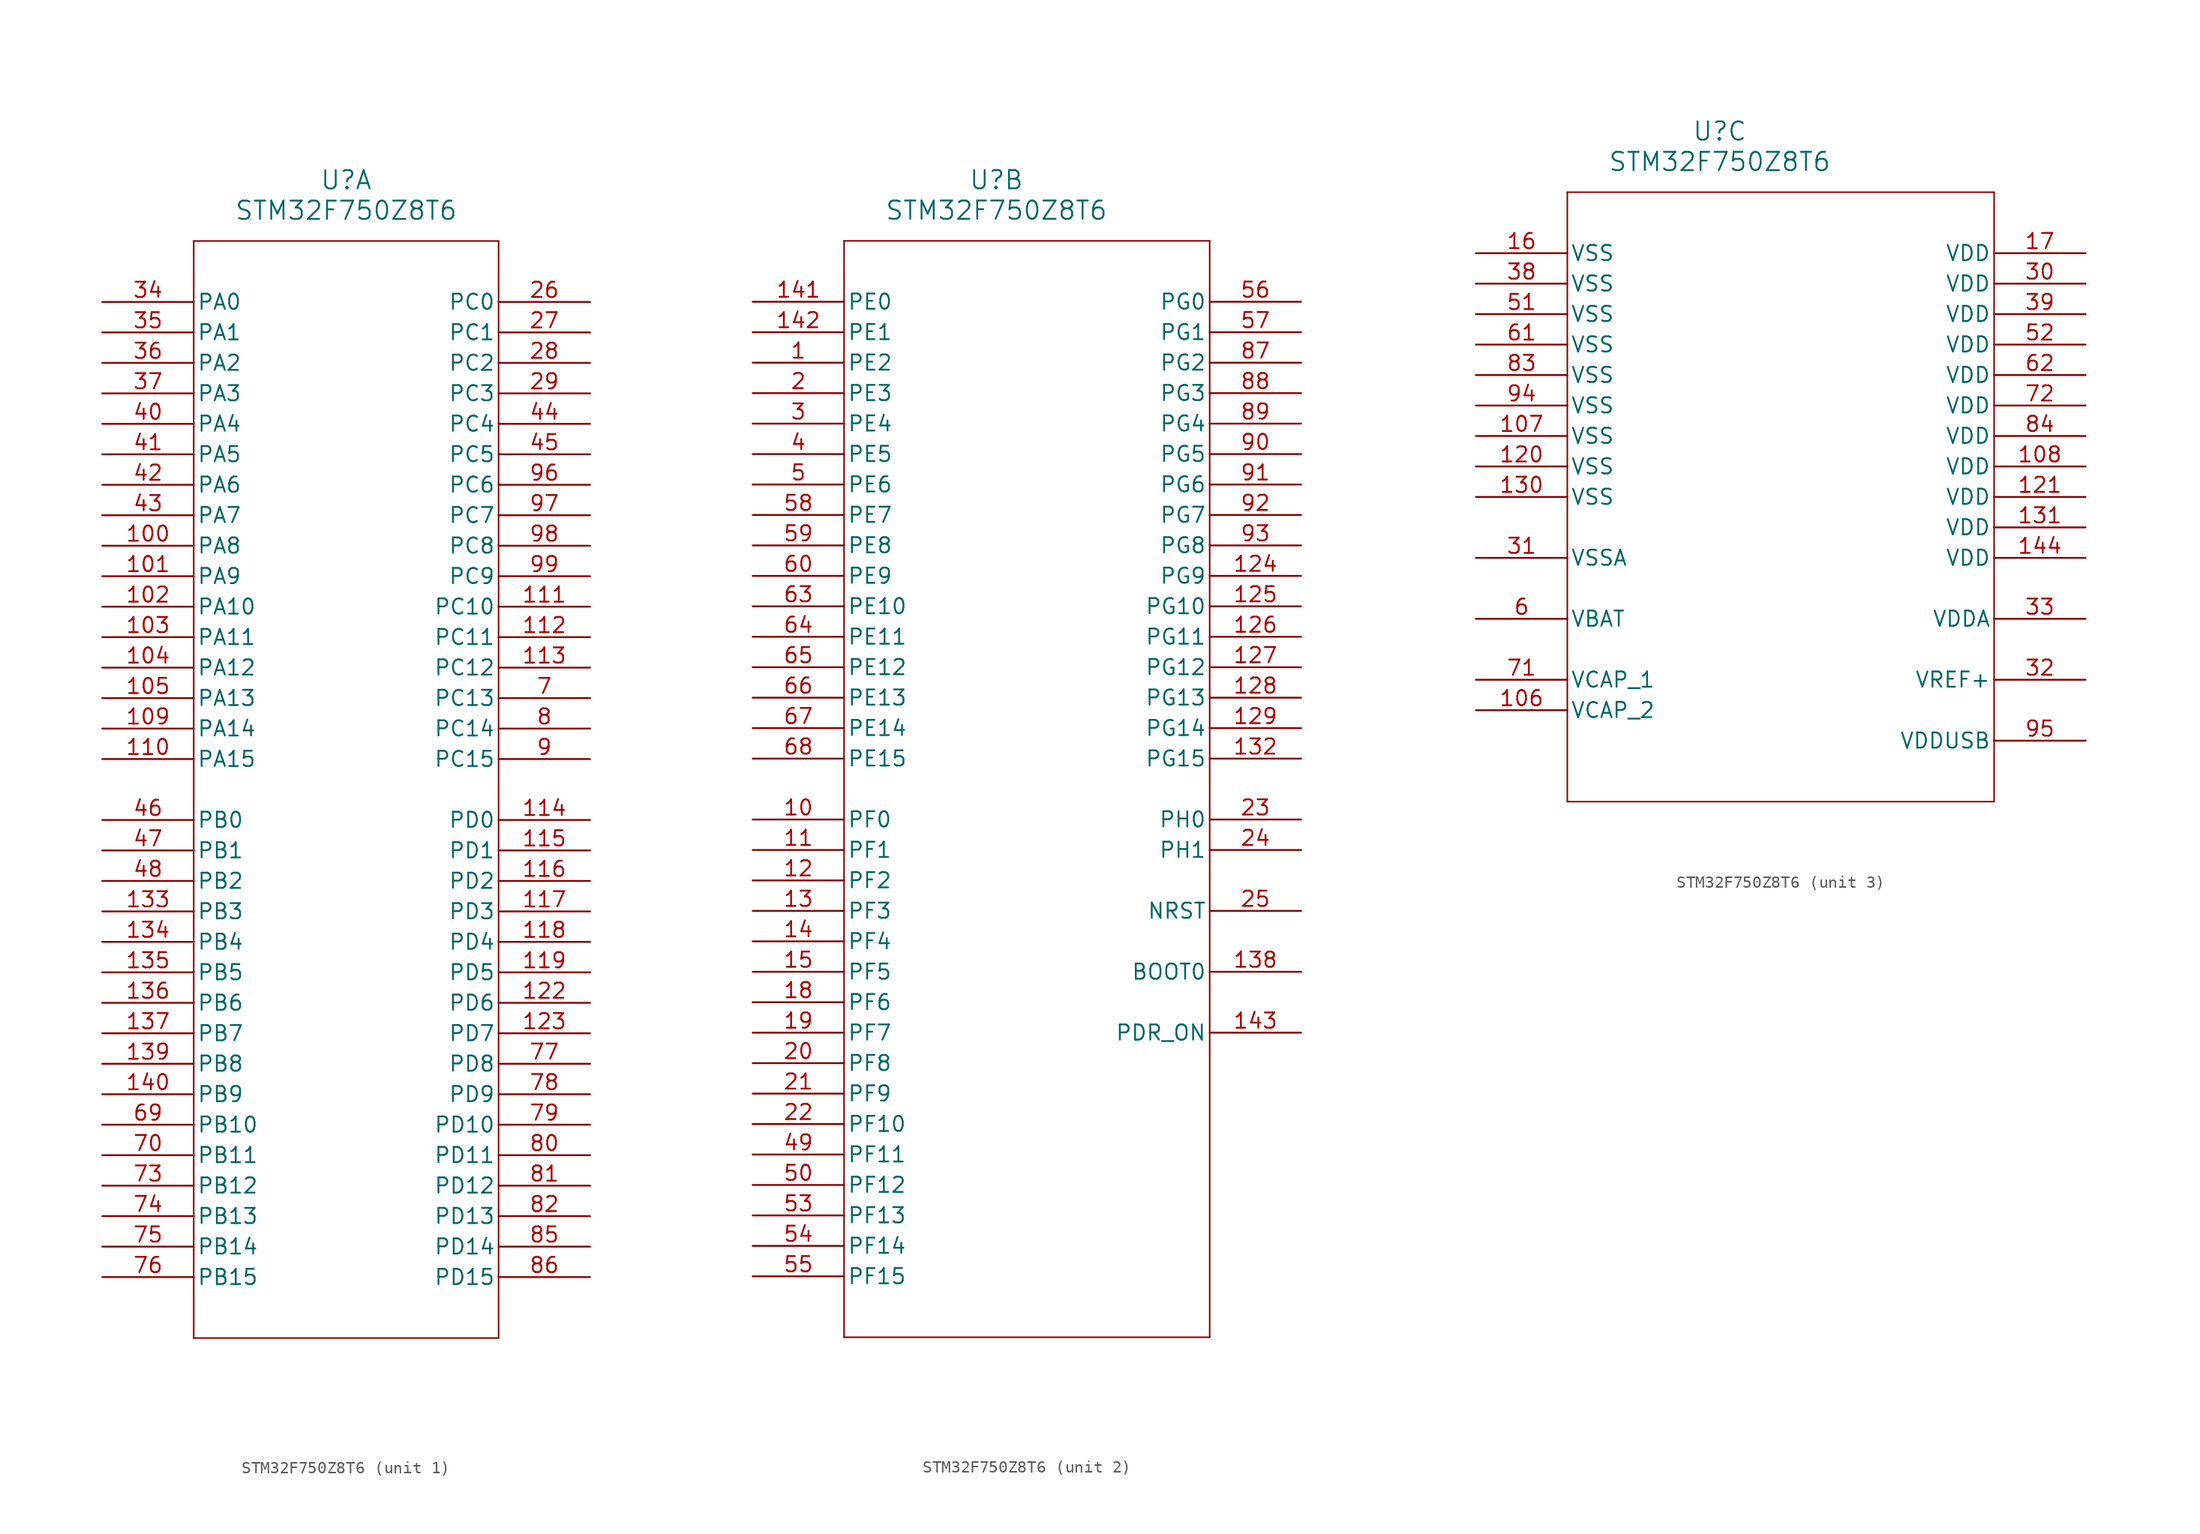
<source format=kicad_sym>
(kicad_symbol_lib
  (version 20211014)
  (generator kicad_symbol_editor)
  (symbol "STM32F750Z8T6"
    (pin_names
      (offset 0.254))
    (property "Reference" "U"
      (at 20.32 10.16 0)
      (effects (font (size 1.524 1.524))))
    (property "Value" "STM32F750Z8T6"
      (at 20.32 7.62 0)
      (effects (font (size 1.524 1.524))))
    (symbol "STM32F750Z8T6_1_1"
      (polyline (pts (xy 7.62 5.08) (xy 7.62 -86.36)) (stroke (width 0.127) (type default) (color 0 0 0 0)) (fill (type none)))
      (polyline (pts (xy 7.62 -86.36) (xy 33.02 -86.36)) (stroke (width 0.127) (type default) (color 0 0 0 0)) (fill (type none)))
      (polyline (pts (xy 33.02 -86.36) (xy 33.02 5.08)) (stroke (width 0.127) (type default) (color 0 0 0 0)) (fill (type none)))
      (polyline (pts (xy 33.02 5.08) (xy 7.62 5.08)) (stroke (width 0.127) (type default) (color 0 0 0 0)) (fill (type none)))
      (pin bidirectional line (at 40.64 -33.02 180) (length 7.62) (name "PC13" (effects (font (size 1.27 1.27)))) (number "7" (effects (font (size 1.27 1.27)))))
      (pin bidirectional line (at 40.64 -35.56 180) (length 7.62) (name "PC14" (effects (font (size 1.27 1.27)))) (number "8" (effects (font (size 1.27 1.27)))))
      (pin bidirectional line (at 40.64 -38.1 180) (length 7.62) (name "PC15" (effects (font (size 1.27 1.27)))) (number "9" (effects (font (size 1.27 1.27)))))
      (pin bidirectional line (at 40.64 0 180) (length 7.62) (name "PC0" (effects (font (size 1.27 1.27)))) (number "26" (effects (font (size 1.27 1.27)))))
      (pin bidirectional line (at 40.64 -2.54 180) (length 7.62) (name "PC1" (effects (font (size 1.27 1.27)))) (number "27" (effects (font (size 1.27 1.27)))))
      (pin bidirectional line (at 40.64 -5.08 180) (length 7.62) (name "PC2" (effects (font (size 1.27 1.27)))) (number "28" (effects (font (size 1.27 1.27)))))
      (pin bidirectional line (at 40.64 -7.62 180) (length 7.62) (name "PC3" (effects (font (size 1.27 1.27)))) (number "29" (effects (font (size 1.27 1.27)))))
      (pin bidirectional line (at 0 0 0) (length 7.62) (name "PA0" (effects (font (size 1.27 1.27)))) (number "34" (effects (font (size 1.27 1.27)))))
      (pin bidirectional line (at 0 -2.54 0) (length 7.62) (name "PA1" (effects (font (size 1.27 1.27)))) (number "35" (effects (font (size 1.27 1.27)))))
      (pin bidirectional line (at 0 -5.08 0) (length 7.62) (name "PA2" (effects (font (size 1.27 1.27)))) (number "36" (effects (font (size 1.27 1.27)))))
      (pin bidirectional line (at 0 -7.62 0) (length 7.62) (name "PA3" (effects (font (size 1.27 1.27)))) (number "37" (effects (font (size 1.27 1.27)))))
      (pin bidirectional line (at 0 -10.16 0) (length 7.62) (name "PA4" (effects (font (size 1.27 1.27)))) (number "40" (effects (font (size 1.27 1.27)))))
      (pin bidirectional line (at 0 -12.7 0) (length 7.62) (name "PA5" (effects (font (size 1.27 1.27)))) (number "41" (effects (font (size 1.27 1.27)))))
      (pin bidirectional line (at 0 -15.24 0) (length 7.62) (name "PA6" (effects (font (size 1.27 1.27)))) (number "42" (effects (font (size 1.27 1.27)))))
      (pin bidirectional line (at 0 -17.78 0) (length 7.62) (name "PA7" (effects (font (size 1.27 1.27)))) (number "43" (effects (font (size 1.27 1.27)))))
      (pin bidirectional line (at 40.64 -10.16 180) (length 7.62) (name "PC4" (effects (font (size 1.27 1.27)))) (number "44" (effects (font (size 1.27 1.27)))))
      (pin bidirectional line (at 40.64 -12.7 180) (length 7.62) (name "PC5" (effects (font (size 1.27 1.27)))) (number "45" (effects (font (size 1.27 1.27)))))
      (pin bidirectional line (at 0 -43.18 0) (length 7.62) (name "PB0" (effects (font (size 1.27 1.27)))) (number "46" (effects (font (size 1.27 1.27)))))
      (pin bidirectional line (at 0 -45.72 0) (length 7.62) (name "PB1" (effects (font (size 1.27 1.27)))) (number "47" (effects (font (size 1.27 1.27)))))
      (pin bidirectional line (at 0 -48.26 0) (length 7.62) (name "PB2" (effects (font (size 1.27 1.27)))) (number "48" (effects (font (size 1.27 1.27)))))
      (pin bidirectional line (at 0 -68.58 0) (length 7.62) (name "PB10" (effects (font (size 1.27 1.27)))) (number "69" (effects (font (size 1.27 1.27)))))
      (pin bidirectional line (at 0 -71.12 0) (length 7.62) (name "PB11" (effects (font (size 1.27 1.27)))) (number "70" (effects (font (size 1.27 1.27)))))
      (pin bidirectional line (at 0 -73.66 0) (length 7.62) (name "PB12" (effects (font (size 1.27 1.27)))) (number "73" (effects (font (size 1.27 1.27)))))
      (pin bidirectional line (at 0 -76.2 0) (length 7.62) (name "PB13" (effects (font (size 1.27 1.27)))) (number "74" (effects (font (size 1.27 1.27)))))
      (pin bidirectional line (at 0 -78.74 0) (length 7.62) (name "PB14" (effects (font (size 1.27 1.27)))) (number "75" (effects (font (size 1.27 1.27)))))
      (pin bidirectional line (at 0 -81.28 0) (length 7.62) (name "PB15" (effects (font (size 1.27 1.27)))) (number "76" (effects (font (size 1.27 1.27)))))
      (pin bidirectional line (at 40.64 -63.5 180) (length 7.62) (name "PD8" (effects (font (size 1.27 1.27)))) (number "77" (effects (font (size 1.27 1.27)))))
      (pin bidirectional line (at 40.64 -66.04 180) (length 7.62) (name "PD9" (effects (font (size 1.27 1.27)))) (number "78" (effects (font (size 1.27 1.27)))))
      (pin bidirectional line (at 40.64 -68.58 180) (length 7.62) (name "PD10" (effects (font (size 1.27 1.27)))) (number "79" (effects (font (size 1.27 1.27)))))
      (pin bidirectional line (at 40.64 -71.12 180) (length 7.62) (name "PD11" (effects (font (size 1.27 1.27)))) (number "80" (effects (font (size 1.27 1.27)))))
      (pin bidirectional line (at 40.64 -73.66 180) (length 7.62) (name "PD12" (effects (font (size 1.27 1.27)))) (number "81" (effects (font (size 1.27 1.27)))))
      (pin bidirectional line (at 40.64 -76.2 180) (length 7.62) (name "PD13" (effects (font (size 1.27 1.27)))) (number "82" (effects (font (size 1.27 1.27)))))
      (pin bidirectional line (at 40.64 -78.74 180) (length 7.62) (name "PD14" (effects (font (size 1.27 1.27)))) (number "85" (effects (font (size 1.27 1.27)))))
      (pin bidirectional line (at 40.64 -81.28 180) (length 7.62) (name "PD15" (effects (font (size 1.27 1.27)))) (number "86" (effects (font (size 1.27 1.27)))))
      (pin bidirectional line (at 40.64 -15.24 180) (length 7.62) (name "PC6" (effects (font (size 1.27 1.27)))) (number "96" (effects (font (size 1.27 1.27)))))
      (pin bidirectional line (at 40.64 -17.78 180) (length 7.62) (name "PC7" (effects (font (size 1.27 1.27)))) (number "97" (effects (font (size 1.27 1.27)))))
      (pin bidirectional line (at 40.64 -20.32 180) (length 7.62) (name "PC8" (effects (font (size 1.27 1.27)))) (number "98" (effects (font (size 1.27 1.27)))))
      (pin bidirectional line (at 40.64 -22.86 180) (length 7.62) (name "PC9" (effects (font (size 1.27 1.27)))) (number "99" (effects (font (size 1.27 1.27)))))
      (pin bidirectional line (at 0 -20.32 0) (length 7.62) (name "PA8" (effects (font (size 1.27 1.27)))) (number "100" (effects (font (size 1.27 1.27)))))
      (pin bidirectional line (at 0 -22.86 0) (length 7.62) (name "PA9" (effects (font (size 1.27 1.27)))) (number "101" (effects (font (size 1.27 1.27)))))
      (pin bidirectional line (at 0 -25.4 0) (length 7.62) (name "PA10" (effects (font (size 1.27 1.27)))) (number "102" (effects (font (size 1.27 1.27)))))
      (pin bidirectional line (at 0 -27.94 0) (length 7.62) (name "PA11" (effects (font (size 1.27 1.27)))) (number "103" (effects (font (size 1.27 1.27)))))
      (pin bidirectional line (at 0 -30.48 0) (length 7.62) (name "PA12" (effects (font (size 1.27 1.27)))) (number "104" (effects (font (size 1.27 1.27)))))
      (pin bidirectional line (at 0 -33.02 0) (length 7.62) (name "PA13" (effects (font (size 1.27 1.27)))) (number "105" (effects (font (size 1.27 1.27)))))
      (pin bidirectional line (at 0 -35.56 0) (length 7.62) (name "PA14" (effects (font (size 1.27 1.27)))) (number "109" (effects (font (size 1.27 1.27)))))
      (pin bidirectional line (at 0 -38.1 0) (length 7.62) (name "PA15" (effects (font (size 1.27 1.27)))) (number "110" (effects (font (size 1.27 1.27)))))
      (pin bidirectional line (at 40.64 -25.4 180) (length 7.62) (name "PC10" (effects (font (size 1.27 1.27)))) (number "111" (effects (font (size 1.27 1.27)))))
      (pin bidirectional line (at 40.64 -27.94 180) (length 7.62) (name "PC11" (effects (font (size 1.27 1.27)))) (number "112" (effects (font (size 1.27 1.27)))))
      (pin bidirectional line (at 40.64 -30.48 180) (length 7.62) (name "PC12" (effects (font (size 1.27 1.27)))) (number "113" (effects (font (size 1.27 1.27)))))
      (pin bidirectional line (at 40.64 -43.18 180) (length 7.62) (name "PD0" (effects (font (size 1.27 1.27)))) (number "114" (effects (font (size 1.27 1.27)))))
      (pin bidirectional line (at 40.64 -45.72 180) (length 7.62) (name "PD1" (effects (font (size 1.27 1.27)))) (number "115" (effects (font (size 1.27 1.27)))))
      (pin bidirectional line (at 40.64 -48.26 180) (length 7.62) (name "PD2" (effects (font (size 1.27 1.27)))) (number "116" (effects (font (size 1.27 1.27)))))
      (pin bidirectional line (at 40.64 -50.8 180) (length 7.62) (name "PD3" (effects (font (size 1.27 1.27)))) (number "117" (effects (font (size 1.27 1.27)))))
      (pin bidirectional line (at 40.64 -53.34 180) (length 7.62) (name "PD4" (effects (font (size 1.27 1.27)))) (number "118" (effects (font (size 1.27 1.27)))))
      (pin bidirectional line (at 40.64 -55.88 180) (length 7.62) (name "PD5" (effects (font (size 1.27 1.27)))) (number "119" (effects (font (size 1.27 1.27)))))
      (pin bidirectional line (at 40.64 -58.42 180) (length 7.62) (name "PD6" (effects (font (size 1.27 1.27)))) (number "122" (effects (font (size 1.27 1.27)))))
      (pin bidirectional line (at 40.64 -60.96 180) (length 7.62) (name "PD7" (effects (font (size 1.27 1.27)))) (number "123" (effects (font (size 1.27 1.27)))))
      (pin bidirectional line (at 0 -50.8 0) (length 7.62) (name "PB3" (effects (font (size 1.27 1.27)))) (number "133" (effects (font (size 1.27 1.27)))))
      (pin bidirectional line (at 0 -53.34 0) (length 7.62) (name "PB4" (effects (font (size 1.27 1.27)))) (number "134" (effects (font (size 1.27 1.27)))))
      (pin bidirectional line (at 0 -55.88 0) (length 7.62) (name "PB5" (effects (font (size 1.27 1.27)))) (number "135" (effects (font (size 1.27 1.27)))))
      (pin bidirectional line (at 0 -58.42 0) (length 7.62) (name "PB6" (effects (font (size 1.27 1.27)))) (number "136" (effects (font (size 1.27 1.27)))))
      (pin bidirectional line (at 0 -60.96 0) (length 7.62) (name "PB7" (effects (font (size 1.27 1.27)))) (number "137" (effects (font (size 1.27 1.27)))))
      (pin bidirectional line (at 0 -63.5 0) (length 7.62) (name "PB8" (effects (font (size 1.27 1.27)))) (number "139" (effects (font (size 1.27 1.27)))))
      (pin bidirectional line (at 0 -66.04 0) (length 7.62) (name "PB9" (effects (font (size 1.27 1.27)))) (number "140" (effects (font (size 1.27 1.27))))))
    (symbol "STM32F750Z8T6_2_1"
      (polyline (pts (xy 7.62 5.08) (xy 7.62 -86.36)) (stroke (width 0.127) (type default) (color 0 0 0 0)) (fill (type none)))
      (polyline (pts (xy 7.62 -86.36) (xy 38.1 -86.36)) (stroke (width 0.127) (type default) (color 0 0 0 0)) (fill (type none)))
      (polyline (pts (xy 38.1 -86.36) (xy 38.1 5.08)) (stroke (width 0.127) (type default) (color 0 0 0 0)) (fill (type none)))
      (polyline (pts (xy 38.1 5.08) (xy 7.62 5.08)) (stroke (width 0.127) (type default) (color 0 0 0 0)) (fill (type none)))
      (pin bidirectional line (at 0 -5.08 0) (length 7.62) (name "PE2" (effects (font (size 1.27 1.27)))) (number "1" (effects (font (size 1.27 1.27)))))
      (pin bidirectional line (at 0 -7.62 0) (length 7.62) (name "PE3" (effects (font (size 1.27 1.27)))) (number "2" (effects (font (size 1.27 1.27)))))
      (pin bidirectional line (at 0 -10.16 0) (length 7.62) (name "PE4" (effects (font (size 1.27 1.27)))) (number "3" (effects (font (size 1.27 1.27)))))
      (pin bidirectional line (at 0 -12.7 0) (length 7.62) (name "PE5" (effects (font (size 1.27 1.27)))) (number "4" (effects (font (size 1.27 1.27)))))
      (pin bidirectional line (at 0 -15.24 0) (length 7.62) (name "PE6" (effects (font (size 1.27 1.27)))) (number "5" (effects (font (size 1.27 1.27)))))
      (pin bidirectional line (at 0 -43.18 0) (length 7.62) (name "PF0" (effects (font (size 1.27 1.27)))) (number "10" (effects (font (size 1.27 1.27)))))
      (pin bidirectional line (at 0 -45.72 0) (length 7.62) (name "PF1" (effects (font (size 1.27 1.27)))) (number "11" (effects (font (size 1.27 1.27)))))
      (pin bidirectional line (at 0 -48.26 0) (length 7.62) (name "PF2" (effects (font (size 1.27 1.27)))) (number "12" (effects (font (size 1.27 1.27)))))
      (pin bidirectional line (at 0 -50.8 0) (length 7.62) (name "PF3" (effects (font (size 1.27 1.27)))) (number "13" (effects (font (size 1.27 1.27)))))
      (pin bidirectional line (at 0 -53.34 0) (length 7.62) (name "PF4" (effects (font (size 1.27 1.27)))) (number "14" (effects (font (size 1.27 1.27)))))
      (pin bidirectional line (at 0 -55.88 0) (length 7.62) (name "PF5" (effects (font (size 1.27 1.27)))) (number "15" (effects (font (size 1.27 1.27)))))
      (pin bidirectional line (at 0 -58.42 0) (length 7.62) (name "PF6" (effects (font (size 1.27 1.27)))) (number "18" (effects (font (size 1.27 1.27)))))
      (pin bidirectional line (at 0 -60.96 0) (length 7.62) (name "PF7" (effects (font (size 1.27 1.27)))) (number "19" (effects (font (size 1.27 1.27)))))
      (pin bidirectional line (at 0 -63.5 0) (length 7.62) (name "PF8" (effects (font (size 1.27 1.27)))) (number "20" (effects (font (size 1.27 1.27)))))
      (pin bidirectional line (at 0 -66.04 0) (length 7.62) (name "PF9" (effects (font (size 1.27 1.27)))) (number "21" (effects (font (size 1.27 1.27)))))
      (pin bidirectional line (at 0 -68.58 0) (length 7.62) (name "PF10" (effects (font (size 1.27 1.27)))) (number "22" (effects (font (size 1.27 1.27)))))
      (pin bidirectional line (at 45.72 -43.18 180) (length 7.62) (name "PH0" (effects (font (size 1.27 1.27)))) (number "23" (effects (font (size 1.27 1.27)))))
      (pin bidirectional line (at 45.72 -45.72 180) (length 7.62) (name "PH1" (effects (font (size 1.27 1.27)))) (number "24" (effects (font (size 1.27 1.27)))))
      (pin bidirectional line (at 45.72 -50.8 180) (length 7.62) (name "NRST" (effects (font (size 1.27 1.27)))) (number "25" (effects (font (size 1.27 1.27)))))
      (pin bidirectional line (at 0 -71.12 0) (length 7.62) (name "PF11" (effects (font (size 1.27 1.27)))) (number "49" (effects (font (size 1.27 1.27)))))
      (pin bidirectional line (at 0 -73.66 0) (length 7.62) (name "PF12" (effects (font (size 1.27 1.27)))) (number "50" (effects (font (size 1.27 1.27)))))
      (pin bidirectional line (at 0 -76.2 0) (length 7.62) (name "PF13" (effects (font (size 1.27 1.27)))) (number "53" (effects (font (size 1.27 1.27)))))
      (pin bidirectional line (at 0 -78.74 0) (length 7.62) (name "PF14" (effects (font (size 1.27 1.27)))) (number "54" (effects (font (size 1.27 1.27)))))
      (pin bidirectional line (at 0 -81.28 0) (length 7.62) (name "PF15" (effects (font (size 1.27 1.27)))) (number "55" (effects (font (size 1.27 1.27)))))
      (pin bidirectional line (at 45.72 0 180) (length 7.62) (name "PG0" (effects (font (size 1.27 1.27)))) (number "56" (effects (font (size 1.27 1.27)))))
      (pin bidirectional line (at 45.72 -2.54 180) (length 7.62) (name "PG1" (effects (font (size 1.27 1.27)))) (number "57" (effects (font (size 1.27 1.27)))))
      (pin bidirectional line (at 0 -17.78 0) (length 7.62) (name "PE7" (effects (font (size 1.27 1.27)))) (number "58" (effects (font (size 1.27 1.27)))))
      (pin bidirectional line (at 0 -20.32 0) (length 7.62) (name "PE8" (effects (font (size 1.27 1.27)))) (number "59" (effects (font (size 1.27 1.27)))))
      (pin bidirectional line (at 0 -22.86 0) (length 7.62) (name "PE9" (effects (font (size 1.27 1.27)))) (number "60" (effects (font (size 1.27 1.27)))))
      (pin bidirectional line (at 0 -25.4 0) (length 7.62) (name "PE10" (effects (font (size 1.27 1.27)))) (number "63" (effects (font (size 1.27 1.27)))))
      (pin bidirectional line (at 0 -27.94 0) (length 7.62) (name "PE11" (effects (font (size 1.27 1.27)))) (number "64" (effects (font (size 1.27 1.27)))))
      (pin bidirectional line (at 0 -30.48 0) (length 7.62) (name "PE12" (effects (font (size 1.27 1.27)))) (number "65" (effects (font (size 1.27 1.27)))))
      (pin bidirectional line (at 0 -33.02 0) (length 7.62) (name "PE13" (effects (font (size 1.27 1.27)))) (number "66" (effects (font (size 1.27 1.27)))))
      (pin bidirectional line (at 0 -35.56 0) (length 7.62) (name "PE14" (effects (font (size 1.27 1.27)))) (number "67" (effects (font (size 1.27 1.27)))))
      (pin bidirectional line (at 0 -38.1 0) (length 7.62) (name "PE15" (effects (font (size 1.27 1.27)))) (number "68" (effects (font (size 1.27 1.27)))))
      (pin bidirectional line (at 45.72 -5.08 180) (length 7.62) (name "PG2" (effects (font (size 1.27 1.27)))) (number "87" (effects (font (size 1.27 1.27)))))
      (pin bidirectional line (at 45.72 -7.62 180) (length 7.62) (name "PG3" (effects (font (size 1.27 1.27)))) (number "88" (effects (font (size 1.27 1.27)))))
      (pin bidirectional line (at 45.72 -10.16 180) (length 7.62) (name "PG4" (effects (font (size 1.27 1.27)))) (number "89" (effects (font (size 1.27 1.27)))))
      (pin bidirectional line (at 45.72 -12.7 180) (length 7.62) (name "PG5" (effects (font (size 1.27 1.27)))) (number "90" (effects (font (size 1.27 1.27)))))
      (pin bidirectional line (at 45.72 -15.24 180) (length 7.62) (name "PG6" (effects (font (size 1.27 1.27)))) (number "91" (effects (font (size 1.27 1.27)))))
      (pin bidirectional line (at 45.72 -17.78 180) (length 7.62) (name "PG7" (effects (font (size 1.27 1.27)))) (number "92" (effects (font (size 1.27 1.27)))))
      (pin bidirectional line (at 45.72 -20.32 180) (length 7.62) (name "PG8" (effects (font (size 1.27 1.27)))) (number "93" (effects (font (size 1.27 1.27)))))
      (pin bidirectional line (at 45.72 -22.86 180) (length 7.62) (name "PG9" (effects (font (size 1.27 1.27)))) (number "124" (effects (font (size 1.27 1.27)))))
      (pin bidirectional line (at 45.72 -25.4 180) (length 7.62) (name "PG10" (effects (font (size 1.27 1.27)))) (number "125" (effects (font (size 1.27 1.27)))))
      (pin bidirectional line (at 45.72 -27.94 180) (length 7.62) (name "PG11" (effects (font (size 1.27 1.27)))) (number "126" (effects (font (size 1.27 1.27)))))
      (pin bidirectional line (at 45.72 -30.48 180) (length 7.62) (name "PG12" (effects (font (size 1.27 1.27)))) (number "127" (effects (font (size 1.27 1.27)))))
      (pin bidirectional line (at 45.72 -33.02 180) (length 7.62) (name "PG13" (effects (font (size 1.27 1.27)))) (number "128" (effects (font (size 1.27 1.27)))))
      (pin bidirectional line (at 45.72 -35.56 180) (length 7.62) (name "PG14" (effects (font (size 1.27 1.27)))) (number "129" (effects (font (size 1.27 1.27)))))
      (pin bidirectional line (at 45.72 -38.1 180) (length 7.62) (name "PG15" (effects (font (size 1.27 1.27)))) (number "132" (effects (font (size 1.27 1.27)))))
      (pin input line (at 45.72 -55.88 180) (length 7.62) (name "BOOT0" (effects (font (size 1.27 1.27)))) (number "138" (effects (font (size 1.27 1.27)))))
      (pin bidirectional line (at 0 0 0) (length 7.62) (name "PE0" (effects (font (size 1.27 1.27)))) (number "141" (effects (font (size 1.27 1.27)))))
      (pin bidirectional line (at 0 -2.54 0) (length 7.62) (name "PE1" (effects (font (size 1.27 1.27)))) (number "142" (effects (font (size 1.27 1.27)))))
      (pin bidirectional line (at 45.72 -60.96 180) (length 7.62) (name "PDR_ON" (effects (font (size 1.27 1.27)))) (number "143" (effects (font (size 1.27 1.27))))))
    (symbol "STM32F750Z8T6_3_1"
      (polyline (pts (xy 7.62 5.08) (xy 7.62 -45.72)) (stroke (width 0.127) (type default) (color 0 0 0 0)) (fill (type none)))
      (polyline (pts (xy 7.62 -45.72) (xy 43.18 -45.72)) (stroke (width 0.127) (type default) (color 0 0 0 0)) (fill (type none)))
      (polyline (pts (xy 43.18 -45.72) (xy 43.18 5.08)) (stroke (width 0.127) (type default) (color 0 0 0 0)) (fill (type none)))
      (polyline (pts (xy 43.18 5.08) (xy 7.62 5.08)) (stroke (width 0.127) (type default) (color 0 0 0 0)) (fill (type none)))
      (pin power_in line (at 0 -30.48 0) (length 7.62) (name "VBAT" (effects (font (size 1.27 1.27)))) (number "6" (effects (font (size 1.27 1.27)))))
      (pin power_in line (at 0 0 0) (length 7.62) (name "VSS" (effects (font (size 1.27 1.27)))) (number "16" (effects (font (size 1.27 1.27)))))
      (pin power_in line (at 50.8 0 180) (length 7.62) (name "VDD" (effects (font (size 1.27 1.27)))) (number "17" (effects (font (size 1.27 1.27)))))
      (pin power_in line (at 50.8 -2.54 180) (length 7.62) (name "VDD" (effects (font (size 1.27 1.27)))) (number "30" (effects (font (size 1.27 1.27)))))
      (pin power_in line (at 0 -25.4 0) (length 7.62) (name "VSSA" (effects (font (size 1.27 1.27)))) (number "31" (effects (font (size 1.27 1.27)))))
      (pin power_in line (at 50.8 -35.56 180) (length 7.62) (name "VREF+" (effects (font (size 1.27 1.27)))) (number "32" (effects (font (size 1.27 1.27)))))
      (pin power_in line (at 50.8 -30.48 180) (length 7.62) (name "VDDA" (effects (font (size 1.27 1.27)))) (number "33" (effects (font (size 1.27 1.27)))))
      (pin power_in line (at 0 -2.54 0) (length 7.62) (name "VSS" (effects (font (size 1.27 1.27)))) (number "38" (effects (font (size 1.27 1.27)))))
      (pin power_in line (at 50.8 -5.08 180) (length 7.62) (name "VDD" (effects (font (size 1.27 1.27)))) (number "39" (effects (font (size 1.27 1.27)))))
      (pin power_in line (at 0 -5.08 0) (length 7.62) (name "VSS" (effects (font (size 1.27 1.27)))) (number "51" (effects (font (size 1.27 1.27)))))
      (pin power_in line (at 50.8 -7.62 180) (length 7.62) (name "VDD" (effects (font (size 1.27 1.27)))) (number "52" (effects (font (size 1.27 1.27)))))
      (pin power_in line (at 0 -7.62 0) (length 7.62) (name "VSS" (effects (font (size 1.27 1.27)))) (number "61" (effects (font (size 1.27 1.27)))))
      (pin power_in line (at 50.8 -10.16 180) (length 7.62) (name "VDD" (effects (font (size 1.27 1.27)))) (number "62" (effects (font (size 1.27 1.27)))))
      (pin power_in line (at 0 -35.56 0) (length 7.62) (name "VCAP_1" (effects (font (size 1.27 1.27)))) (number "71" (effects (font (size 1.27 1.27)))))
      (pin power_in line (at 50.8 -12.7 180) (length 7.62) (name "VDD" (effects (font (size 1.27 1.27)))) (number "72" (effects (font (size 1.27 1.27)))))
      (pin power_in line (at 0 -10.16 0) (length 7.62) (name "VSS" (effects (font (size 1.27 1.27)))) (number "83" (effects (font (size 1.27 1.27)))))
      (pin power_in line (at 50.8 -15.24 180) (length 7.62) (name "VDD" (effects (font (size 1.27 1.27)))) (number "84" (effects (font (size 1.27 1.27)))))
      (pin power_in line (at 0 -12.7 0) (length 7.62) (name "VSS" (effects (font (size 1.27 1.27)))) (number "94" (effects (font (size 1.27 1.27)))))
      (pin power_in line (at 50.8 -40.64 180) (length 7.62) (name "VDDUSB" (effects (font (size 1.27 1.27)))) (number "95" (effects (font (size 1.27 1.27)))))
      (pin power_in line (at 0 -38.1 0) (length 7.62) (name "VCAP_2" (effects (font (size 1.27 1.27)))) (number "106" (effects (font (size 1.27 1.27)))))
      (pin power_in line (at 0 -15.24 0) (length 7.62) (name "VSS" (effects (font (size 1.27 1.27)))) (number "107" (effects (font (size 1.27 1.27)))))
      (pin power_in line (at 50.8 -17.78 180) (length 7.62) (name "VDD" (effects (font (size 1.27 1.27)))) (number "108" (effects (font (size 1.27 1.27)))))
      (pin power_in line (at 0 -17.78 0) (length 7.62) (name "VSS" (effects (font (size 1.27 1.27)))) (number "120" (effects (font (size 1.27 1.27)))))
      (pin power_in line (at 50.8 -20.32 180) (length 7.62) (name "VDD" (effects (font (size 1.27 1.27)))) (number "121" (effects (font (size 1.27 1.27)))))
      (pin power_in line (at 0 -20.32 0) (length 7.62) (name "VSS" (effects (font (size 1.27 1.27)))) (number "130" (effects (font (size 1.27 1.27)))))
      (pin power_in line (at 50.8 -22.86 180) (length 7.62) (name "VDD" (effects (font (size 1.27 1.27)))) (number "131" (effects (font (size 1.27 1.27)))))
      (pin power_in line (at 50.8 -25.4 180) (length 7.62) (name "VDD" (effects (font (size 1.27 1.27)))) (number "144" (effects (font (size 1.27 1.27))))))))
</source>
